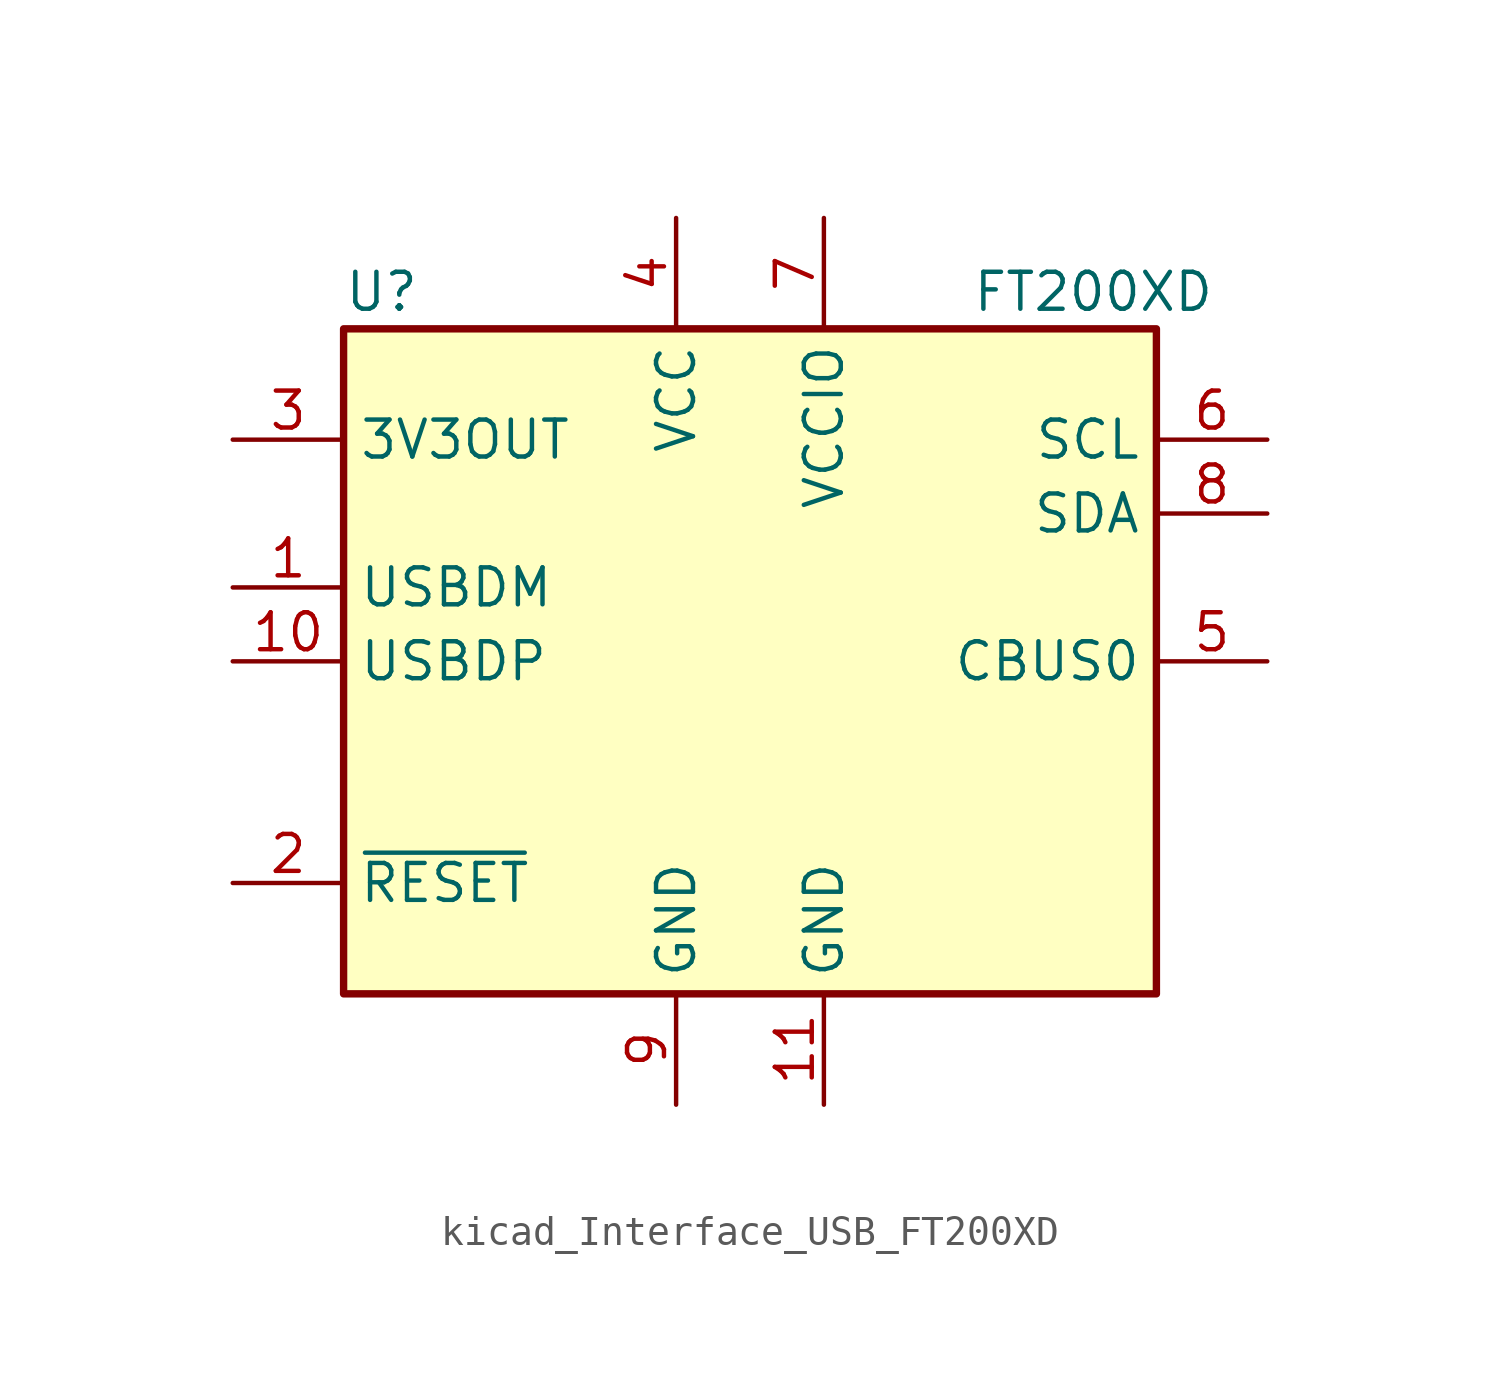
<source format=kicad_sym>
(kicad_symbol_lib
  (version 20220914)
  (generator kicad_symbol_editor)
  (symbol "kicad_Interface_USB_FT200XD"
    (property "Reference" "U"
      (at -13.97 12.7 0)
      (effects (font (size 1.27 1.27)) (justify left)))
    (property "Value" "FT200XD"
      (at 7.62 12.7 0)
      (effects (font (size 1.27 1.27)) (justify left)))
    (symbol "kicad_Interface_USB_FT200XD_0_1"
      (rectangle (start -13.97 11.43) (end 13.97 -11.43) (stroke (width 0.254) (type default)) (fill (type background))))
    (symbol "kicad_Interface_USB_FT200XD_1_1"
      (pin input line (at -17.78 2.54 0) (length 3.81) (name "USBDM" (effects (font (size 1.27 1.27)))) (number "1" (effects (font (size 1.27 1.27)))))
      (pin input line (at -17.78 0 0) (length 3.81) (name "USBDP" (effects (font (size 1.27 1.27)))) (number "10" (effects (font (size 1.27 1.27)))))
      (pin power_in line (at 2.54 -15.24 90) (length 3.81) (name "GND" (effects (font (size 1.27 1.27)))) (number "11" (effects (font (size 1.27 1.27)))))
      (pin input line (at -17.78 -7.62 0) (length 3.81) (name "~{RESET}" (effects (font (size 1.27 1.27)))) (number "2" (effects (font (size 1.27 1.27)))))
      (pin power_out line (at -17.78 7.62 0) (length 3.81) (name "3V3OUT" (effects (font (size 1.27 1.27)))) (number "3" (effects (font (size 1.27 1.27)))))
      (pin power_in line (at -2.54 15.24 270) (length 3.81) (name "VCC" (effects (font (size 1.27 1.27)))) (number "4" (effects (font (size 1.27 1.27)))))
      (pin bidirectional line (at 17.78 0 180) (length 3.81) (name "CBUS0" (effects (font (size 1.27 1.27)))) (number "5" (effects (font (size 1.27 1.27)))))
      (pin input line (at 17.78 7.62 180) (length 3.81) (name "SCL" (effects (font (size 1.27 1.27)))) (number "6" (effects (font (size 1.27 1.27)))))
      (pin power_in line (at 2.54 15.24 270) (length 3.81) (name "VCCIO" (effects (font (size 1.27 1.27)))) (number "7" (effects (font (size 1.27 1.27)))))
      (pin bidirectional line (at 17.78 5.08 180) (length 3.81) (name "SDA" (effects (font (size 1.27 1.27)))) (number "8" (effects (font (size 1.27 1.27)))))
      (pin power_in line (at -2.54 -15.24 90) (length 3.81) (name "GND" (effects (font (size 1.27 1.27)))) (number "9" (effects (font (size 1.27 1.27))))))))
</source>
